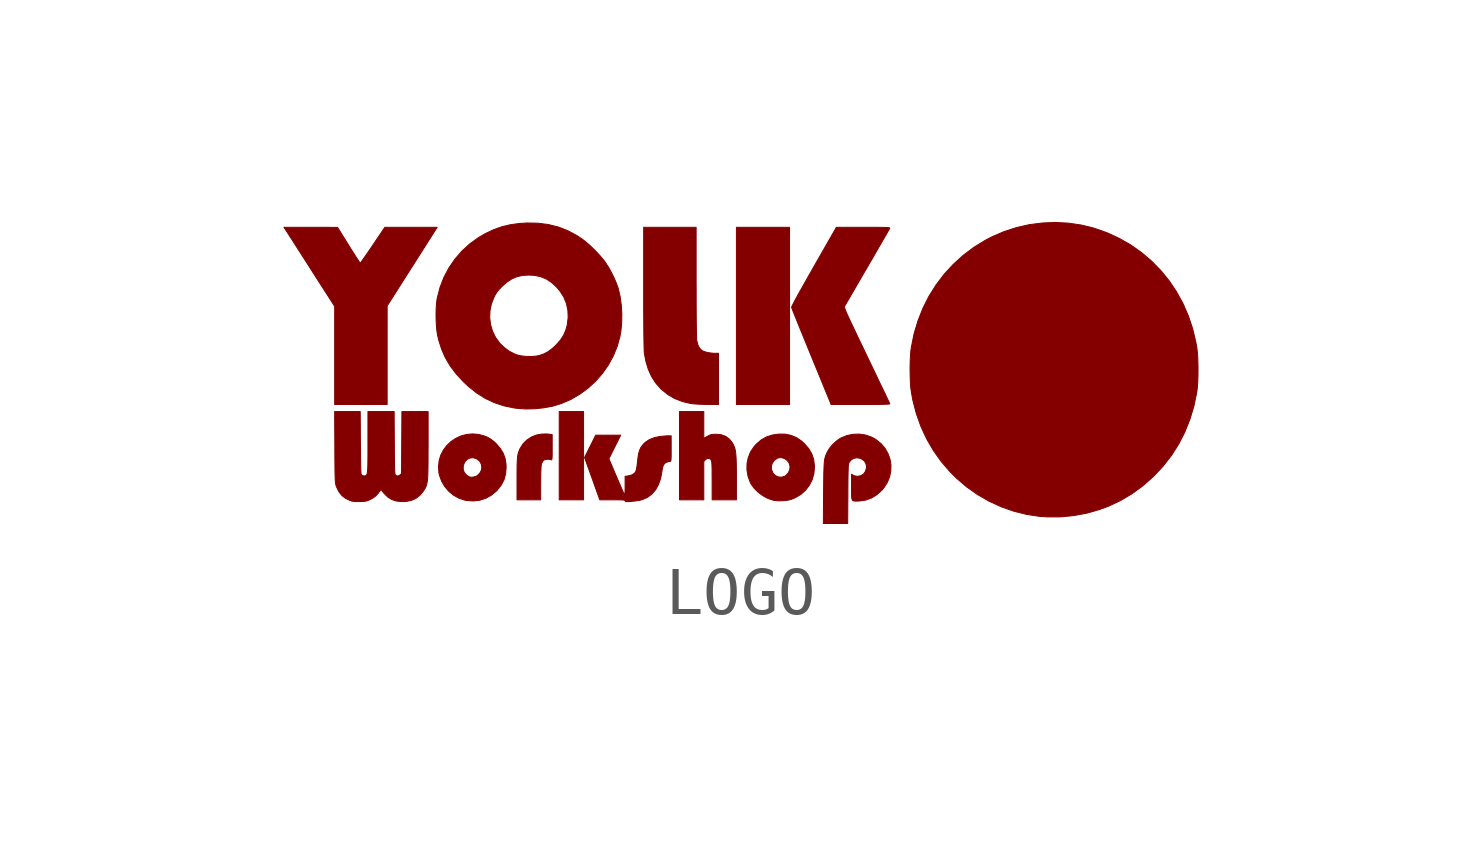
<source format=kicad_sym>
(kicad_symbol_lib
  (version 20220914)
  (generator "bitmap2component")
  (generator_version "8.0")
  (symbol "LOGO"
    (pin_names
      (offset 1.016))
    (property "Reference" "#G"
      (at 0 2.832 0)
      (effects (font (size 1.27 1.27)) hide))
    (symbol "LOGO_0_0"
      (polyline (pts (xy 2.136 -2.623) (xy 2.136 -2.58) (xy 2.137 -2.442) (xy 2.138 -2.329) (xy 2.139 -2.236) (xy 2.141 -2.162) (xy 2.143 -2.104) (xy 2.145 -2.059) (xy 2.147 -2.027) (xy 2.151 -2.003) (xy 2.155 -1.985) (xy 2.161 -1.972) (xy 2.167 -1.96) (xy 2.169 -1.957) (xy 2.211 -1.909) (xy 2.264 -1.881) (xy 2.323 -1.871) (xy 2.382 -1.879) (xy 2.437 -1.903) (xy 2.482 -1.941) (xy 2.513 -1.993) (xy 2.524 -2.056) (xy 2.522 -2.09) (xy 2.501 -2.156) (xy 2.462 -2.209) (xy 2.407 -2.244) (xy 2.34 -2.257) (xy 2.335 -2.257) (xy 2.286 -2.25) (xy 2.248 -2.235) (xy 2.213 -2.213) (xy 2.213 -2.485) (xy 2.213 -2.551) (xy 2.213 -2.63) (xy 2.215 -2.688) (xy 2.22 -2.728) (xy 2.23 -2.753) (xy 2.245 -2.767) (xy 2.269 -2.772) (xy 2.301 -2.773) (xy 2.344 -2.773) (xy 2.374 -2.772) (xy 2.505 -2.753) (xy 2.627 -2.71) (xy 2.739 -2.641) (xy 2.843 -2.548) (xy 2.886 -2.497) (xy 2.958 -2.386) (xy 3.006 -2.268) (xy 3.031 -2.145) (xy 3.034 -2.021) (xy 3.014 -1.899) (xy 2.972 -1.781) (xy 2.909 -1.672) (xy 2.824 -1.573) (xy 2.718 -1.488) (xy 2.627 -1.438) (xy 2.504 -1.396) (xy 2.376 -1.377) (xy 2.245 -1.381) (xy 2.116 -1.407) (xy 1.995 -1.457) (xy 1.963 -1.475) (xy 1.889 -1.529) (xy 1.818 -1.596) (xy 1.758 -1.667) (xy 1.715 -1.735) (xy 1.705 -1.755) (xy 1.689 -1.789) (xy 1.676 -1.821) (xy 1.665 -1.853) (xy 1.656 -1.888) (xy 1.649 -1.929) (xy 1.644 -1.979) (xy 1.64 -2.039) (xy 1.637 -2.113) (xy 1.634 -2.203) (xy 1.633 -2.312) (xy 1.631 -2.442) (xy 1.63 -2.597) (xy 1.625 -3.24) (xy 1.879 -3.24) (xy 2.132 -3.24) (xy 2.136 -2.623)) (stroke (width 0.01) (type default)) (fill (type outline)))
      (polyline (pts (xy 6.572 -3.102) (xy 6.843 -3.076) (xy 7.112 -3.026) (xy 7.373 -2.952) (xy 7.569 -2.88) (xy 7.817 -2.763) (xy 8.054 -2.623) (xy 8.28 -2.458) (xy 8.494 -2.27) (xy 8.509 -2.256) (xy 8.705 -2.047) (xy 8.879 -1.824) (xy 9.03 -1.587) (xy 9.159 -1.335) (xy 9.265 -1.07) (xy 9.349 -0.791) (xy 9.409 -0.5) (xy 9.411 -0.485) (xy 9.421 -0.393) (xy 9.429 -0.281) (xy 9.433 -0.157) (xy 9.434 -0.027) (xy 9.432 0.103) (xy 9.428 0.226) (xy 9.42 0.336) (xy 9.409 0.426) (xy 9.389 0.539) (xy 9.322 0.82) (xy 9.232 1.089) (xy 9.12 1.346) (xy 8.986 1.589) (xy 8.833 1.818) (xy 8.66 2.03) (xy 8.469 2.226) (xy 8.26 2.404) (xy 8.036 2.563) (xy 7.795 2.701) (xy 7.54 2.819) (xy 7.272 2.913) (xy 7.258 2.918) (xy 6.997 2.981) (xy 6.731 3.02) (xy 6.461 3.034) (xy 6.19 3.023) (xy 5.92 2.989) (xy 5.655 2.929) (xy 5.397 2.846) (xy 5.148 2.74) (xy 4.999 2.662) (xy 4.758 2.514) (xy 4.535 2.345) (xy 4.33 2.158) (xy 4.142 1.954) (xy 3.975 1.733) (xy 3.827 1.498) (xy 3.701 1.248) (xy 3.597 0.985) (xy 3.515 0.711) (xy 3.458 0.426) (xy 3.447 0.343) (xy 3.439 0.231) (xy 3.434 0.106) (xy 3.432 -0.026) (xy 3.434 -0.159) (xy 3.438 -0.286) (xy 3.446 -0.4) (xy 3.458 -0.493) (xy 3.489 -0.666) (xy 3.562 -0.947) (xy 3.658 -1.217) (xy 3.777 -1.475) (xy 3.919 -1.72) (xy 4.083 -1.951) (xy 4.269 -2.166) (xy 4.404 -2.3) (xy 4.616 -2.481) (xy 4.843 -2.64) (xy 5.083 -2.778) (xy 5.334 -2.893) (xy 5.594 -2.984) (xy 5.861 -3.051) (xy 6.133 -3.092) (xy 6.301 -3.103) (xy 6.572 -3.102)) (stroke (width 0.01) (type default)) (fill (type outline)))
      (polyline (pts (xy -7.084 -2.783) (xy -6.971 -2.762) (xy -6.871 -2.719) (xy -6.785 -2.653) (xy -6.711 -2.564) (xy -6.708 -2.558) (xy -6.688 -2.528) (xy -6.671 -2.499) (xy -6.657 -2.469) (xy -6.646 -2.436) (xy -6.636 -2.397) (xy -6.629 -2.35) (xy -6.623 -2.293) (xy -6.619 -2.223) (xy -6.617 -2.138) (xy -6.615 -2.035) (xy -6.614 -1.913) (xy -6.614 -1.769) (xy -6.613 -1.601) (xy -6.613 -0.907) (xy -6.886 -0.907) (xy -7.159 -0.907) (xy -7.163 -1.554) (xy -7.167 -2.202) (xy -7.198 -2.228) (xy -7.227 -2.247) (xy -7.256 -2.251) (xy -7.287 -2.234) (xy -7.292 -2.231) (xy -7.297 -2.224) (xy -7.301 -2.214) (xy -7.305 -2.197) (xy -7.308 -2.171) (xy -7.31 -2.135) (xy -7.312 -2.085) (xy -7.313 -2.02) (xy -7.314 -1.937) (xy -7.315 -1.835) (xy -7.316 -1.71) (xy -7.317 -1.561) (xy -7.321 -0.907) (xy -7.594 -0.907) (xy -7.867 -0.907) (xy -7.867 -1.539) (xy -7.867 -1.667) (xy -7.867 -1.801) (xy -7.868 -1.911) (xy -7.869 -2.001) (xy -7.871 -2.073) (xy -7.874 -2.129) (xy -7.878 -2.171) (xy -7.884 -2.201) (xy -7.891 -2.221) (xy -7.899 -2.234) (xy -7.91 -2.242) (xy -7.922 -2.247) (xy -7.945 -2.251) (xy -7.983 -2.242) (xy -8.009 -2.216) (xy -8.009 -2.216) (xy -8.011 -2.197) (xy -8.014 -2.155) (xy -8.016 -2.091) (xy -8.018 -2.009) (xy -8.02 -1.911) (xy -8.021 -1.8) (xy -8.023 -1.679) (xy -8.024 -1.55) (xy -8.028 -0.907) (xy -8.294 -0.907) (xy -8.561 -0.907) (xy -8.557 -1.65) (xy -8.557 -1.742) (xy -8.556 -1.888) (xy -8.555 -2.01) (xy -8.554 -2.112) (xy -8.553 -2.196) (xy -8.551 -2.263) (xy -8.55 -2.316) (xy -8.547 -2.358) (xy -8.544 -2.39) (xy -8.54 -2.415) (xy -8.536 -2.435) (xy -8.531 -2.452) (xy -8.525 -2.469) (xy -8.521 -2.479) (xy -8.472 -2.579) (xy -8.41 -2.658) (xy -8.332 -2.718) (xy -8.236 -2.763) (xy -8.207 -2.772) (xy -8.161 -2.78) (xy -8.105 -2.784) (xy -8.031 -2.783) (xy -7.974 -2.781) (xy -7.926 -2.777) (xy -7.887 -2.769) (xy -7.85 -2.755) (xy -7.805 -2.733) (xy -7.761 -2.708) (xy -7.704 -2.666) (xy -7.654 -2.61) (xy -7.593 -2.533) (xy -7.56 -2.577) (xy -7.532 -2.611) (xy -7.456 -2.687) (xy -7.373 -2.74) (xy -7.28 -2.771) (xy -7.171 -2.784) (xy -7.084 -2.783)) (stroke (width 0.01) (type default)) (fill (type outline)))
      (polyline (pts (xy -2.446 -2.785) (xy -2.39 -2.781) (xy -2.377 -2.78) (xy -2.313 -2.773) (xy -2.252 -2.765) (xy -2.207 -2.758) (xy -2.15 -2.743) (xy -2.042 -2.696) (xy -1.949 -2.627) (xy -1.872 -2.538) (xy -1.811 -2.428) (xy -1.766 -2.3) (xy -1.739 -2.153) (xy -1.728 -2.08) (xy -1.709 -2.025) (xy -1.683 -1.989) (xy -1.648 -1.966) (xy -1.643 -1.964) (xy -1.604 -1.952) (xy -1.574 -1.947) (xy -1.569 -1.946) (xy -1.561 -1.944) (xy -1.555 -1.935) (xy -1.551 -1.917) (xy -1.549 -1.885) (xy -1.547 -1.838) (xy -1.547 -1.771) (xy -1.547 -1.68) (xy -1.547 -1.413) (xy -1.617 -1.414) (xy -1.642 -1.414) (xy -1.78 -1.426) (xy -1.902 -1.452) (xy -2.004 -1.493) (xy -2.086 -1.548) (xy -2.102 -1.563) (xy -2.146 -1.61) (xy -2.18 -1.659) (xy -2.206 -1.717) (xy -2.226 -1.786) (xy -2.24 -1.873) (xy -2.252 -1.982) (xy -2.256 -2.018) (xy -2.265 -2.078) (xy -2.275 -2.127) (xy -2.286 -2.158) (xy -2.314 -2.195) (xy -2.369 -2.229) (xy -2.446 -2.249) (xy -2.507 -2.257) (xy -2.507 -2.458) (xy -2.507 -2.496) (xy -2.508 -2.559) (xy -2.511 -2.607) (xy -2.514 -2.638) (xy -2.518 -2.646) (xy -2.52 -2.643) (xy -2.531 -2.62) (xy -2.551 -2.577) (xy -2.578 -2.516) (xy -2.61 -2.441) (xy -2.647 -2.356) (xy -2.687 -2.262) (xy -2.845 -1.891) (xy -2.723 -1.646) (xy -2.6 -1.4) (xy -2.86 -1.4) (xy -3.12 -1.4) (xy -3.236 -1.632) (xy -3.352 -1.864) (xy -3.193 -2.305) (xy -3.035 -2.747) (xy -2.771 -2.747) (xy -2.694 -2.747) (xy -2.623 -2.748) (xy -2.572 -2.749) (xy -2.538 -2.752) (xy -2.518 -2.755) (xy -2.509 -2.761) (xy -2.507 -2.768) (xy -2.506 -2.774) (xy -2.499 -2.782) (xy -2.481 -2.785) (xy -2.446 -2.785)) (stroke (width 0.01) (type default)) (fill (type outline)))
      (polyline (pts (xy -5.537 -2.756) (xy -5.411 -2.715) (xy -5.294 -2.65) (xy -5.188 -2.562) (xy -5.17 -2.543) (xy -5.088 -2.439) (xy -5.031 -2.329) (xy -4.998 -2.207) (xy -4.987 -2.073) (xy -4.989 -2.002) (xy -5.008 -1.884) (xy -5.047 -1.777) (xy -5.108 -1.677) (xy -5.193 -1.579) (xy -5.222 -1.55) (xy -5.299 -1.487) (xy -5.373 -1.443) (xy -5.437 -1.417) (xy -5.562 -1.383) (xy -5.688 -1.373) (xy -5.81 -1.384) (xy -5.926 -1.415) (xy -6.035 -1.465) (xy -6.134 -1.531) (xy -6.221 -1.613) (xy -6.293 -1.707) (xy -6.348 -1.813) (xy -6.383 -1.928) (xy -6.397 -2.052) (xy -6.397 -2.056) (xy -5.882 -2.056) (xy -5.867 -1.997) (xy -5.838 -1.944) (xy -5.796 -1.902) (xy -5.742 -1.876) (xy -5.678 -1.87) (xy -5.657 -1.873) (xy -5.59 -1.898) (xy -5.538 -1.942) (xy -5.505 -2.003) (xy -5.493 -2.077) (xy -5.505 -2.134) (xy -5.537 -2.193) (xy -5.588 -2.243) (xy -5.614 -2.257) (xy -5.661 -2.271) (xy -5.709 -2.276) (xy -5.747 -2.271) (xy -5.747 -2.271) (xy -5.772 -2.257) (xy -5.804 -2.237) (xy -5.82 -2.224) (xy -5.86 -2.174) (xy -5.88 -2.117) (xy -5.882 -2.056) (xy -6.397 -2.056) (xy -6.388 -2.183) (xy -6.375 -2.239) (xy -6.331 -2.36) (xy -6.265 -2.471) (xy -6.181 -2.57) (xy -6.081 -2.652) (xy -5.969 -2.714) (xy -5.848 -2.754) (xy -5.808 -2.761) (xy -5.671 -2.771) (xy -5.537 -2.756)) (stroke (width 0.01) (type default)) (fill (type outline)))
      (polyline (pts (xy 0.789 -2.766) (xy 0.883 -2.755) (xy 0.963 -2.735) (xy 1.037 -2.705) (xy 1.153 -2.636) (xy 1.252 -2.549) (xy 1.331 -2.446) (xy 1.391 -2.33) (xy 1.427 -2.203) (xy 1.44 -2.067) (xy 1.439 -2.033) (xy 1.423 -1.906) (xy 1.384 -1.79) (xy 1.321 -1.682) (xy 1.232 -1.579) (xy 1.173 -1.524) (xy 1.066 -1.451) (xy 0.951 -1.403) (xy 0.826 -1.378) (xy 0.689 -1.377) (xy 0.562 -1.396) (xy 0.44 -1.436) (xy 0.33 -1.498) (xy 0.229 -1.585) (xy 0.182 -1.637) (xy 0.109 -1.746) (xy 0.06 -1.865) (xy 0.034 -1.991) (xy 0.033 -2.049) (xy 0.541 -2.049) (xy 0.56 -1.984) (xy 0.601 -1.926) (xy 0.662 -1.882) (xy 0.687 -1.872) (xy 0.746 -1.867) (xy 0.807 -1.883) (xy 0.862 -1.918) (xy 0.904 -1.968) (xy 0.916 -1.991) (xy 0.931 -2.059) (xy 0.923 -2.126) (xy 0.891 -2.19) (xy 0.838 -2.244) (xy 0.819 -2.256) (xy 0.76 -2.274) (xy 0.697 -2.272) (xy 0.637 -2.248) (xy 0.589 -2.207) (xy 0.574 -2.185) (xy 0.545 -2.118) (xy 0.541 -2.049) (xy 0.033 -2.049) (xy 0.032 -2.121) (xy 0.054 -2.253) (xy 0.101 -2.382) (xy 0.122 -2.422) (xy 0.187 -2.51) (xy 0.271 -2.593) (xy 0.368 -2.664) (xy 0.472 -2.719) (xy 0.579 -2.755) (xy 0.605 -2.76) (xy 0.693 -2.768) (xy 0.789 -2.766)) (stroke (width 0.01) (type default)) (fill (type outline)))
      (polyline (pts (xy -4.267 -2.403) (xy -4.266 -2.332) (xy -4.265 -2.239) (xy -4.263 -2.156) (xy -4.26 -2.088) (xy -4.257 -2.038) (xy -4.253 -2.011) (xy -4.244 -1.982) (xy -4.218 -1.935) (xy -4.181 -1.909) (xy -4.132 -1.901) (xy -4.118 -1.901) (xy -4.078 -1.905) (xy -4.05 -1.912) (xy -4.048 -1.913) (xy -4.04 -1.914) (xy -4.035 -1.907) (xy -4.031 -1.891) (xy -4.029 -1.861) (xy -4.027 -1.814) (xy -4.027 -1.746) (xy -4.027 -1.656) (xy -4.027 -1.388) (xy -4.088 -1.379) (xy -4.133 -1.375) (xy -4.191 -1.375) (xy -4.251 -1.377) (xy -4.354 -1.396) (xy -4.46 -1.438) (xy -4.555 -1.501) (xy -4.634 -1.58) (xy -4.694 -1.674) (xy -4.705 -1.698) (xy -4.72 -1.734) (xy -4.732 -1.77) (xy -4.742 -1.81) (xy -4.749 -1.857) (xy -4.753 -1.914) (xy -4.757 -1.984) (xy -4.759 -2.072) (xy -4.76 -2.179) (xy -4.76 -2.31) (xy -4.76 -2.747) (xy -4.513 -2.747) (xy -4.267 -2.747) (xy -4.267 -2.403)) (stroke (width 0.01) (type default)) (fill (type outline)))
      (polyline (pts (xy -3.373 -1.827) (xy -3.373 -0.907) (xy -3.627 -0.907) (xy -3.88 -0.907) (xy -3.88 -1.827) (xy -3.88 -2.747) (xy -3.627 -2.747) (xy -3.373 -2.747) (xy -3.373 -1.827)) (stroke (width 0.01) (type default)) (fill (type outline)))
      (polyline (pts (xy -0.867 -2.346) (xy -0.867 -1.946) (xy -0.833 -1.911) (xy -0.823 -1.903) (xy -0.794 -1.885) (xy -0.763 -1.886) (xy -0.747 -1.89) (xy -0.731 -1.897) (xy -0.719 -1.908) (xy -0.71 -1.926) (xy -0.703 -1.955) (xy -0.698 -1.996) (xy -0.696 -2.052) (xy -0.694 -2.127) (xy -0.694 -2.223) (xy -0.693 -2.343) (xy -0.693 -2.747) (xy -0.44 -2.747) (xy -0.187 -2.747) (xy -0.187 -2.297) (xy -0.187 -2.26) (xy -0.187 -2.122) (xy -0.189 -2.008) (xy -0.192 -1.913) (xy -0.196 -1.836) (xy -0.202 -1.773) (xy -0.209 -1.721) (xy -0.219 -1.678) (xy -0.232 -1.641) (xy -0.247 -1.606) (xy -0.273 -1.558) (xy -0.335 -1.48) (xy -0.411 -1.424) (xy -0.501 -1.391) (xy -0.607 -1.38) (xy -0.613 -1.38) (xy -0.669 -1.382) (xy -0.71 -1.387) (xy -0.747 -1.4) (xy -0.79 -1.422) (xy -0.867 -1.464) (xy -0.867 -1.185) (xy -0.867 -0.907) (xy -1.12 -0.907) (xy -1.373 -0.907) (xy -1.373 -1.827) (xy -1.373 -2.747) (xy -1.12 -2.747) (xy -0.867 -2.747) (xy -0.867 -2.346)) (stroke (width 0.01) (type default)) (fill (type outline)))
      (polyline (pts (xy -4.383 -0.849) (xy -4.191 -0.828) (xy -4.009 -0.793) (xy -3.834 -0.739) (xy -3.637 -0.654) (xy -3.452 -0.546) (xy -3.279 -0.419) (xy -3.121 -0.274) (xy -2.979 -0.112) (xy -2.856 0.064) (xy -2.753 0.253) (xy -2.671 0.452) (xy -2.614 0.66) (xy -2.596 0.758) (xy -2.579 0.934) (xy -2.575 1.119) (xy -2.586 1.306) (xy -2.61 1.486) (xy -2.648 1.65) (xy -2.656 1.678) (xy -2.694 1.78) (xy -2.743 1.892) (xy -2.8 2.006) (xy -2.861 2.114) (xy -2.922 2.206) (xy -2.955 2.251) (xy -3.034 2.345) (xy -3.125 2.443) (xy -3.222 2.537) (xy -3.318 2.622) (xy -3.407 2.691) (xy -3.511 2.76) (xy -3.701 2.862) (xy -3.899 2.939) (xy -4.107 2.991) (xy -4.325 3.019) (xy -4.553 3.023) (xy -4.712 3.013) (xy -4.899 2.987) (xy -5.074 2.945) (xy -5.244 2.885) (xy -5.414 2.805) (xy -5.566 2.717) (xy -5.747 2.586) (xy -5.91 2.436) (xy -6.055 2.268) (xy -6.18 2.086) (xy -6.284 1.889) (xy -6.365 1.679) (xy -6.422 1.46) (xy -6.425 1.447) (xy -6.437 1.355) (xy -6.445 1.245) (xy -6.448 1.124) (xy -6.447 1.051) (xy -5.329 1.051) (xy -5.323 1.197) (xy -5.293 1.341) (xy -5.238 1.48) (xy -5.214 1.526) (xy -5.178 1.583) (xy -5.133 1.638) (xy -5.074 1.7) (xy -4.976 1.787) (xy -4.872 1.856) (xy -4.764 1.903) (xy -4.646 1.93) (xy -4.513 1.938) (xy -4.393 1.931) (xy -4.266 1.904) (xy -4.15 1.856) (xy -4.041 1.784) (xy -3.935 1.687) (xy -3.868 1.609) (xy -3.787 1.483) (xy -3.731 1.348) (xy -3.7 1.205) (xy -3.694 1.054) (xy -3.714 0.896) (xy -3.743 0.79) (xy -3.79 0.681) (xy -3.857 0.58) (xy -3.946 0.479) (xy -4.026 0.405) (xy -4.114 0.34) (xy -4.204 0.293) (xy -4.301 0.26) (xy -4.36 0.249) (xy -4.461 0.24) (xy -4.568 0.242) (xy -4.671 0.253) (xy -4.759 0.273) (xy -4.809 0.292) (xy -4.918 0.348) (xy -5.022 0.424) (xy -5.114 0.512) (xy -5.121 0.519) (xy -5.207 0.638) (xy -5.271 0.769) (xy -5.312 0.908) (xy -5.329 1.051) (xy -6.447 1.051) (xy -6.446 1) (xy -6.44 0.88) (xy -6.43 0.771) (xy -6.415 0.681) (xy -6.393 0.586) (xy -6.332 0.393) (xy -6.252 0.213) (xy -6.152 0.043) (xy -6.029 -0.12) (xy -5.881 -0.281) (xy -5.772 -0.384) (xy -5.6 -0.521) (xy -5.421 -0.633) (xy -5.232 -0.722) (xy -5.033 -0.788) (xy -4.82 -0.832) (xy -4.763 -0.84) (xy -4.577 -0.853) (xy -4.383 -0.849)) (stroke (width 0.01) (type default)) (fill (type outline)))
      (polyline (pts (xy -7.467 0.267) (xy -7.467 1.294) (xy -6.965 2.084) (xy -6.906 2.175) (xy -6.825 2.304) (xy -6.748 2.424) (xy -6.677 2.536) (xy -6.614 2.636) (xy -6.558 2.723) (xy -6.512 2.795) (xy -6.477 2.851) (xy -6.454 2.887) (xy -6.443 2.903) (xy -6.424 2.933) (xy -6.969 2.933) (xy -7.515 2.933) (xy -7.766 2.56) (xy -7.811 2.494) (xy -7.868 2.41) (xy -7.919 2.337) (xy -7.962 2.275) (xy -7.996 2.228) (xy -8.018 2.197) (xy -8.028 2.187) (xy -8.032 2.191) (xy -8.05 2.216) (xy -8.078 2.259) (xy -8.116 2.317) (xy -8.161 2.388) (xy -8.213 2.47) (xy -8.269 2.559) (xy -8.5 2.932) (xy -9.058 2.933) (xy -9.617 2.933) (xy -9.597 2.903) (xy -9.591 2.894) (xy -9.571 2.862) (xy -9.538 2.812) (xy -9.495 2.744) (xy -9.441 2.661) (xy -9.38 2.564) (xy -9.31 2.456) (xy -9.234 2.337) (xy -9.153 2.211) (xy -9.069 2.079) (xy -8.56 1.284) (xy -8.56 0.262) (xy -8.56 -0.76) (xy -8.013 -0.76) (xy -7.467 -0.76) (xy -7.467 0.267)) (stroke (width 0.01) (type default)) (fill (type outline)))
      (polyline (pts (xy -0.56 -0.227) (xy -0.56 0.307) (xy -0.632 0.307) (xy -0.665 0.307) (xy -0.751 0.317) (xy -0.83 0.334) (xy -0.893 0.358) (xy -0.905 0.365) (xy -0.953 0.411) (xy -0.989 0.479) (xy -1.012 0.567) (xy -1.013 0.569) (xy -1.016 0.602) (xy -1.018 0.661) (xy -1.02 0.747) (xy -1.022 0.858) (xy -1.024 0.995) (xy -1.025 1.157) (xy -1.026 1.343) (xy -1.026 1.555) (xy -1.027 1.791) (xy -1.027 2.933) (xy -1.573 2.933) (xy -2.12 2.933) (xy -2.12 1.674) (xy -2.12 1.521) (xy -2.12 1.291) (xy -2.119 1.084) (xy -2.118 0.9) (xy -2.117 0.74) (xy -2.115 0.604) (xy -2.113 0.492) (xy -2.111 0.406) (xy -2.109 0.345) (xy -2.106 0.311) (xy -2.076 0.146) (xy -2.025 -0.023) (xy -1.957 -0.175) (xy -1.869 -0.311) (xy -1.763 -0.432) (xy -1.742 -0.452) (xy -1.612 -0.556) (xy -1.469 -0.638) (xy -1.311 -0.699) (xy -1.136 -0.74) (xy -1.107 -0.744) (xy -1.045 -0.749) (xy -0.968 -0.754) (xy -0.882 -0.757) (xy -0.797 -0.759) (xy -0.56 -0.76) (xy -0.56 -0.227)) (stroke (width 0.01) (type default)) (fill (type outline)))
      (polyline (pts (xy 0.92 1.087) (xy 0.92 2.933) (xy 0.367 2.933) (xy -0.187 2.933) (xy -0.187 1.087) (xy -0.187 -0.76) (xy 0.367 -0.76) (xy 0.92 -0.76) (xy 0.92 1.087)) (stroke (width 0.01) (type default)) (fill (type outline)))
      (polyline (pts (xy 2.55 -0.76) (xy 2.674 -0.759) (xy 2.776 -0.759) (xy 2.857 -0.757) (xy 2.918 -0.756) (xy 2.962 -0.753) (xy 2.991 -0.751) (xy 3.006 -0.747) (xy 3.01 -0.743) (xy 3.007 -0.739) (xy 2.995 -0.712) (xy 2.972 -0.664) (xy 2.94 -0.597) (xy 2.9 -0.512) (xy 2.851 -0.411) (xy 2.796 -0.297) (xy 2.736 -0.17) (xy 2.67 -0.033) (xy 2.6 0.113) (xy 2.527 0.266) (xy 2.511 0.299) (xy 2.428 0.473) (xy 2.355 0.624) (xy 2.293 0.755) (xy 2.24 0.867) (xy 2.195 0.961) (xy 2.159 1.039) (xy 2.129 1.104) (xy 2.106 1.155) (xy 2.089 1.196) (xy 2.078 1.226) (xy 2.07 1.249) (xy 2.066 1.266) (xy 2.066 1.277) (xy 2.067 1.286) (xy 2.07 1.293) (xy 2.074 1.299) (xy 2.091 1.327) (xy 2.119 1.376) (xy 2.158 1.443) (xy 2.206 1.525) (xy 2.262 1.622) (xy 2.325 1.731) (xy 2.394 1.85) (xy 2.468 1.977) (xy 2.546 2.11) (xy 2.589 2.185) (xy 2.664 2.314) (xy 2.734 2.436) (xy 2.799 2.548) (xy 2.857 2.649) (xy 2.908 2.736) (xy 2.949 2.808) (xy 2.981 2.863) (xy 3.001 2.899) (xy 3.009 2.914) (xy 3.009 2.917) (xy 3.003 2.921) (xy 2.989 2.925) (xy 2.964 2.928) (xy 2.925 2.93) (xy 2.872 2.931) (xy 2.8 2.932) (xy 2.708 2.933) (xy 2.595 2.933) (xy 2.457 2.933) (xy 1.897 2.933) (xy 1.427 2.112) (xy 1.416 2.092) (xy 1.316 1.917) (xy 1.23 1.764) (xy 1.156 1.633) (xy 1.094 1.522) (xy 1.045 1.432) (xy 1.008 1.361) (xy 0.982 1.31) (xy 0.967 1.277) (xy 0.964 1.262) (xy 0.964 1.26) (xy 0.973 1.237) (xy 0.99 1.192) (xy 1.016 1.127) (xy 1.05 1.044) (xy 1.09 0.944) (xy 1.136 0.83) (xy 1.188 0.703) (xy 1.244 0.566) (xy 1.304 0.419) (xy 1.366 0.267) (xy 1.382 0.228) (xy 1.444 0.076) (xy 1.504 -0.068) (xy 1.559 -0.203) (xy 1.61 -0.327) (xy 1.655 -0.438) (xy 1.695 -0.534) (xy 1.727 -0.613) (xy 1.752 -0.674) (xy 1.768 -0.713) (xy 1.774 -0.73) (xy 1.786 -0.76) (xy 2.401 -0.76) (xy 2.55 -0.76)) (stroke (width 0.01) (type default)) (fill (type outline))))))
</source>
